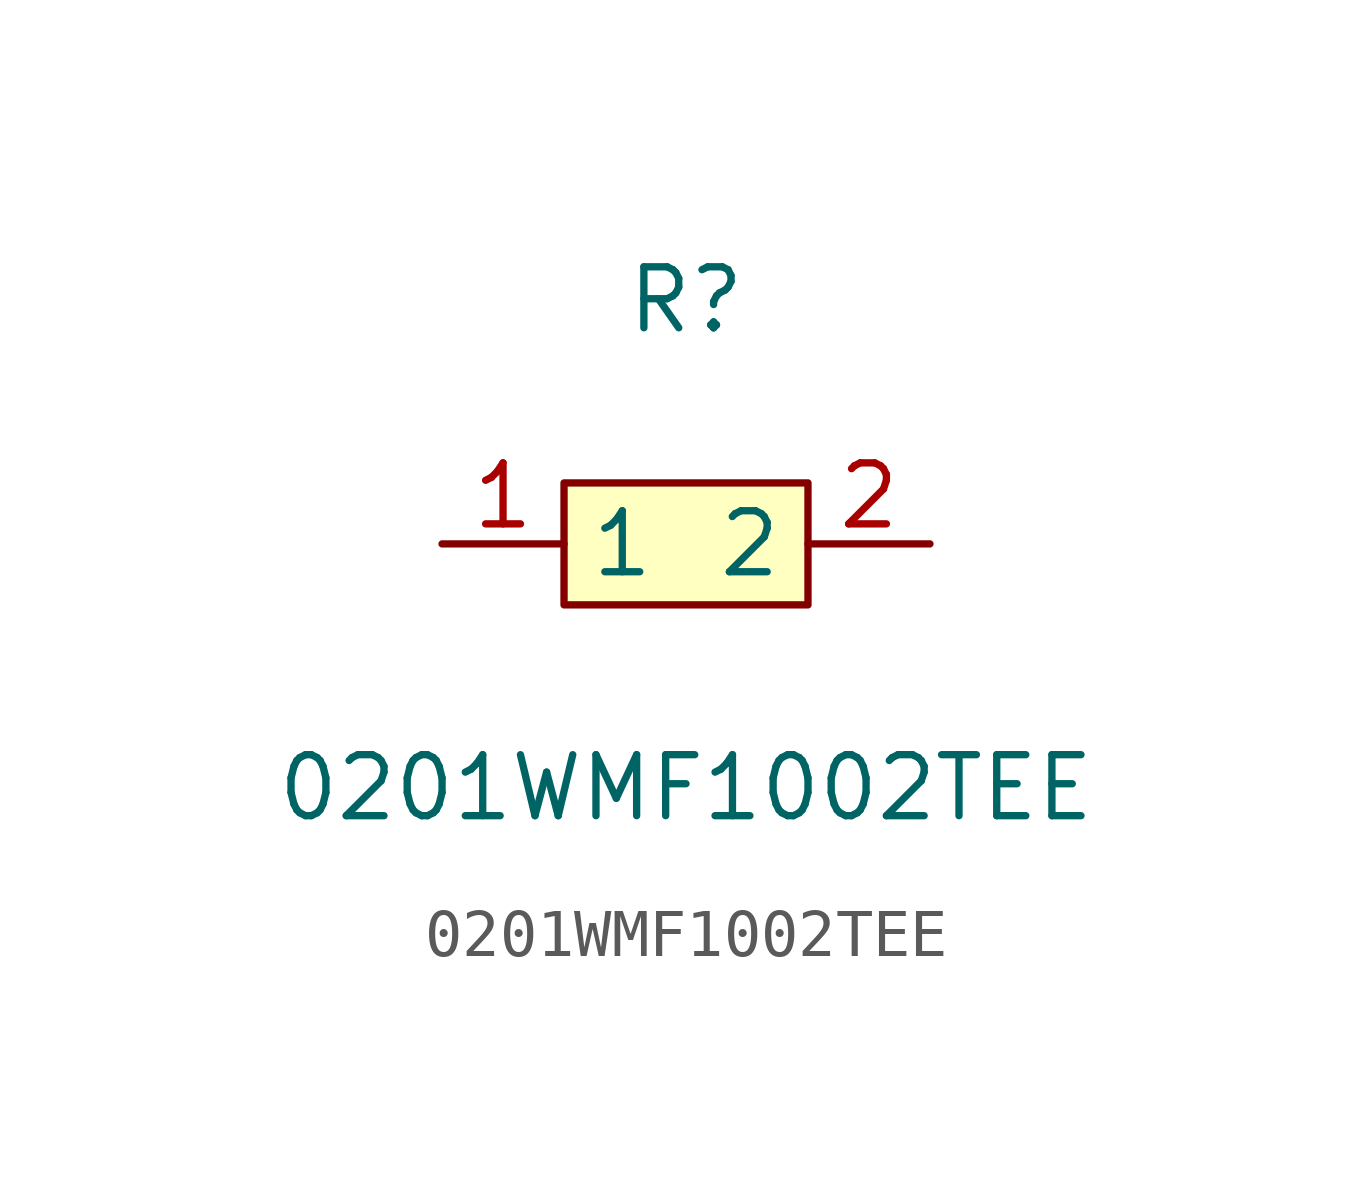
<source format=kicad_sym>
(kicad_symbol_lib
  (version 1)
  (generator "faebryk")
  (symbol "0201WMF1002TEE"
    (property "Reference" "R"
      (at 0 5.08 0)
      (effects (font (size 1.27 1.27)) (hide no)))
    (property "Value" "0201WMF1002TEE"
      (at 0 -5.08 0)
      (effects (font (size 1.27 1.27)) (hide no)))
    (symbol "0201WMF1002TEE_0_1"
      (rectangle (start -2.54 1.27) (end 2.54 -1.27) (stroke (width 0) (type default) (color 0 0 0 0)) (fill (type background)))
      (pin unspecified line (at -5.08 0 0) (length 2.54) (name "1" (effects (font (size 1.27 1.27)) (hide no))) (number "1" (effects (font (size 1.27 1.27)) (hide no))))
      (pin unspecified line (at 5.08 0 180) (length 2.54) (name "2" (effects (font (size 1.27 1.27)) (hide no))) (number "2" (effects (font (size 1.27 1.27)) (hide no)))))))
</source>
